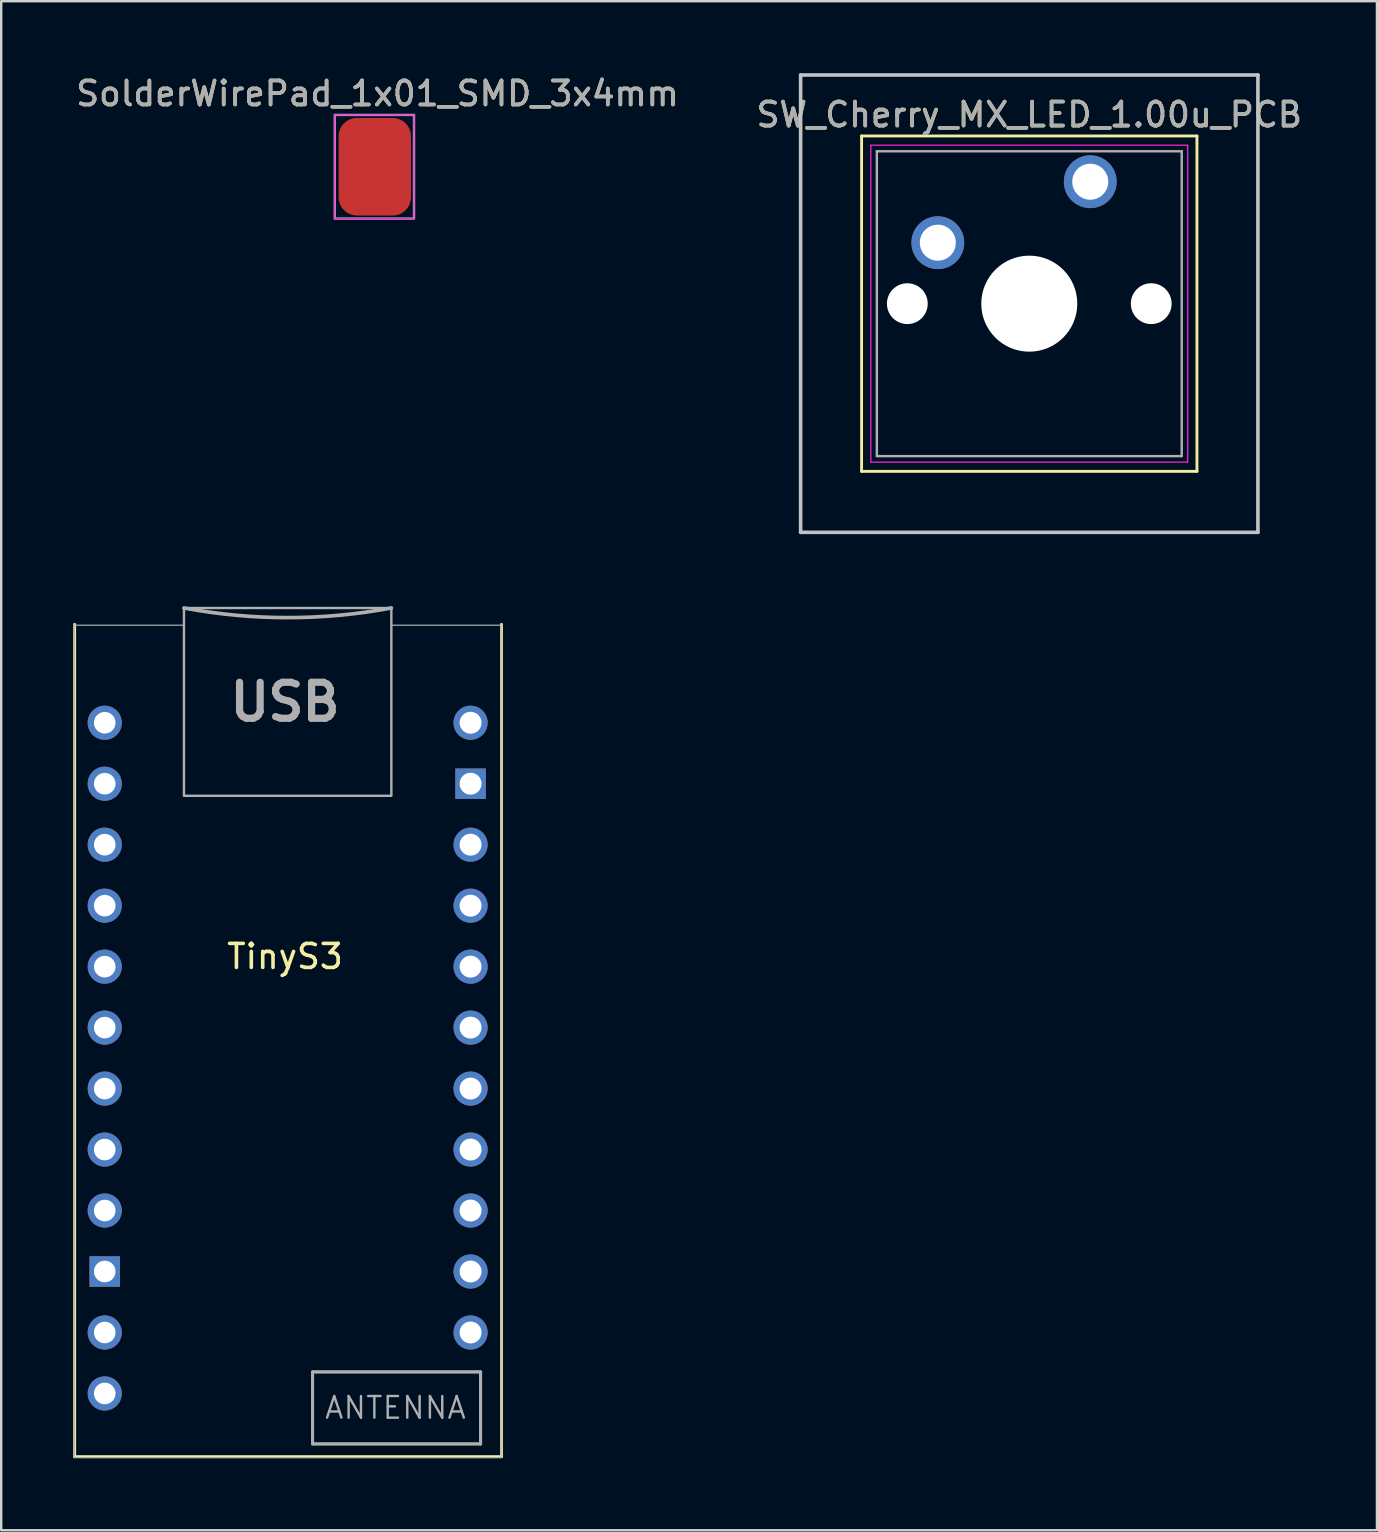
<source format=kicad_pcb>
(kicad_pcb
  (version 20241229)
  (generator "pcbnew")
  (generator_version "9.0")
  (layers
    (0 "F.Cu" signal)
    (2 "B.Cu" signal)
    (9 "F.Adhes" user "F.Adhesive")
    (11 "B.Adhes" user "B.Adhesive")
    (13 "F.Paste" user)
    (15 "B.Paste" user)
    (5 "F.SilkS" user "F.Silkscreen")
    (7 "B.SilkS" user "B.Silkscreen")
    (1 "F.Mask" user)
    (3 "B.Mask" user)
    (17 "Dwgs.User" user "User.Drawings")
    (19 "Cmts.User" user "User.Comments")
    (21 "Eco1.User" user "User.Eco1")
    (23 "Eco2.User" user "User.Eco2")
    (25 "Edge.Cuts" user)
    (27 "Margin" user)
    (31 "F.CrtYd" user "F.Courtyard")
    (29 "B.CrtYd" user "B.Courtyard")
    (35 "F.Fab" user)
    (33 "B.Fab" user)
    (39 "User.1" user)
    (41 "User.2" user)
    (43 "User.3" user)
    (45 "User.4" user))
  (footprint "SW_Cherry_MX_LED_1.00u_PCB"
    (layer "F.Cu")
    (at 42.367 4.52)
    (property "Reference" "SW_Cherry_MX_LED_1.00u_PCB" (at -2.54 -2.794 0) (layer "F.SilkS") (effects (font (size 1 1) (thickness 0.15))))
    (attr through_hole)
    (fp_line (start -9.525 -1.905) (end 4.445 -1.905) (stroke (width 0.12) (type solid)) (layer "F.SilkS"))
    (fp_line (start -9.525 12.065) (end -9.525 -1.905) (stroke (width 0.12) (type solid)) (layer "F.SilkS"))
    (fp_line (start 4.445 -1.905) (end 4.445 12.065) (stroke (width 0.12) (type solid)) (layer "F.SilkS"))
    (fp_line (start 4.445 12.065) (end -9.525 12.065) (stroke (width 0.12) (type solid)) (layer "F.SilkS"))
    (fp_line (start -12.065 -4.445) (end 6.985 -4.445) (stroke (width 0.15) (type solid)) (layer "Dwgs.User"))
    (fp_line (start -12.065 14.605) (end -12.065 -4.445) (stroke (width 0.15) (type solid)) (layer "Dwgs.User"))
    (fp_line (start 6.985 -4.445) (end 6.985 14.605) (stroke (width 0.15) (type solid)) (layer "Dwgs.User"))
    (fp_line (start 6.985 14.605) (end -12.065 14.605) (stroke (width 0.15) (type solid)) (layer "Dwgs.User"))
    (fp_line (start -9.14 -1.52) (end 4.06 -1.52) (stroke (width 0.05) (type solid)) (layer "F.CrtYd"))
    (fp_line (start -9.14 11.68) (end -9.14 -1.52) (stroke (width 0.05) (type solid)) (layer "F.CrtYd"))
    (fp_line (start 4.06 -1.52) (end 4.06 11.68) (stroke (width 0.05) (type solid)) (layer "F.CrtYd"))
    (fp_line (start 4.06 11.68) (end -9.14 11.68) (stroke (width 0.05) (type solid)) (layer "F.CrtYd"))
    (fp_line (start -8.89 -1.27) (end 3.81 -1.27) (stroke (width 0.1) (type solid)) (layer "F.Fab"))
    (fp_line (start -8.89 11.43) (end -8.89 -1.27) (stroke (width 0.1) (type solid)) (layer "F.Fab"))
    (fp_line (start 3.81 -1.27) (end 3.81 11.43) (stroke (width 0.1) (type solid)) (layer "F.Fab"))
    (fp_line (start 3.81 11.43) (end -8.89 11.43) (stroke (width 0.1) (type solid)) (layer "F.Fab"))
    (fp_text user "${REFERENCE}" (at -2.54 -2.794 0) (layer "F.Fab") (effects (font (size 1 1) (thickness 0.15))))
    (pad "" np_thru_hole circle (at -7.62 5.08) (size 1.7 1.7) (drill 1.7) (layers "*.Cu" "*.Mask"))
    (pad "" np_thru_hole circle (at -2.54 5.08) (size 4 4) (drill 4) (layers "*.Cu" "*.Mask"))
    (pad "" np_thru_hole circle (at 2.54 5.08) (size 1.7 1.7) (drill 1.7) (layers "*.Cu" "*.Mask"))
    (pad "1" thru_hole circle (at 0 0) (size 2.2 2.2) (drill 1.5) (layers "*.Cu" "*.Mask"))
    (pad "2" thru_hole circle (at -6.35 2.54) (size 2.2 2.2) (drill 1.5) (layers "*.Cu" "*.Mask")))
  (footprint "TinyS3"
    (layer "F.Cu")
    (at 8.823 40.994)
    (property "Reference" "TinyS3" (at 0 -4.2 0) (unlocked yes) (layer "F.SilkS") (effects (font (size 1 1) (thickness 0.15))))
    (attr through_hole)
    (fp_line (start -8.763 16.637) (end -8.763 -18.034) (stroke (width 0.12) (type solid)) (layer "F.SilkS"))
    (fp_line (start 9.017 -18.034) (end 9.017 16.637) (stroke (width 0.12) (type solid)) (layer "F.SilkS"))
    (fp_line (start 9.017 16.637) (end -8.763 16.637) (stroke (width 0.12) (type solid)) (layer "F.SilkS"))
    (fp_line (start -8.78 16.677) (end -8.78 -18) (stroke (width 0.05) (type solid)) (layer "F.Fab"))
    (fp_line (start -4.21 -10.882) (end -4.21 -10.892) (stroke (width 0.01) (type solid)) (layer "F.Fab"))
    (fp_line (start -4.2 -18) (end -8.78 -18) (stroke (width 0.05) (type solid)) (layer "F.Fab"))
    (fp_line (start 1.148 13.107) (end 8.148 13.107) (stroke (width 0.127) (type solid)) (layer "F.Fab"))
    (fp_line (start 1.148 16.107) (end 1.148 13.107) (stroke (width 0.127) (type solid)) (layer "F.Fab"))
    (fp_line (start 4.43 -15.312) (end 4.43 -16.912) (stroke (width 0.01) (type solid)) (layer "F.Fab"))
    (fp_line (start 4.43 -10.882) (end 4.43 -10.892) (stroke (width 0.01) (type solid)) (layer "F.Fab"))
    (fp_line (start 8.148 13.107) (end 8.148 16.107) (stroke (width 0.127) (type solid)) (layer "F.Fab"))
    (fp_line (start 8.148 16.107) (end 1.148 16.107) (stroke (width 0.127) (type solid)) (layer "F.Fab"))
    (fp_line (start 9 -18) (end 4.42 -18) (stroke (width 0.05) (type solid)) (layer "F.Fab"))
    (fp_line (start 9 -18) (end 9 16.677) (stroke (width 0.05) (type solid)) (layer "F.Fab"))
    (fp_line (start 9 16.677) (end -8.78 16.677) (stroke (width 0.05) (type solid)) (layer "F.Fab"))
    (fp_rect (start 4.43 -18.717) (end -4.21 -10.892) (stroke (width 0.1) (type solid)) (fill no) (layer "F.Fab"))
    (fp_rect (start 8.148 13.107) (end 1.148 16.107) (stroke (width 0.1) (type solid)) (fill no) (layer "F.Fab"))
    (fp_rect (start 8.148 13.107) (end 1.148 16.107) (stroke (width 0.1) (type solid)) (fill no) (layer "F.Fab"))
    (fp_arc (start 4.43 -18.717425) (mid 0.11 -18.3151) (end -4.21 -18.717425) (stroke (width 0.1524) (type solid)) (layer "F.Fab"))
    (fp_text user "USB" (at 0 -14.8 0) (unlocked yes) (layer "F.Fab") (effects (font (size 1.5 1.5) (thickness 0.3))))
    (fp_text user "ANTENNA" (at 4.6 14.6 0) (unlocked yes) (layer "F.Fab") (effects (font (size 0.9 0.9) (thickness 0.1))))
    (pad "1" thru_hole circle (at 7.73 -13.936) (size 1.422 1.422) (drill 0.914) (layers "*.Cu" "*.Mask"))
    (pad "2" thru_hole rect (at 7.73 -11.396) (size 1.27 1.27) (drill 0.914) (layers "*.Cu" "*.Mask"))
    (pad "3" thru_hole circle (at 7.73 -8.856) (size 1.422 1.422) (drill 0.914) (layers "*.Cu" "*.Mask"))
    (pad "4" thru_hole circle (at 7.73 -6.316) (size 1.422 1.422) (drill 0.914) (layers "*.Cu" "*.Mask"))
    (pad "5" thru_hole circle (at 7.73 -3.776) (size 1.422 1.422) (drill 0.914) (layers "*.Cu" "*.Mask"))
    (pad "6" thru_hole circle (at 7.73 -1.236) (size 1.422 1.422) (drill 0.914) (layers "*.Cu" "*.Mask"))
    (pad "7" thru_hole circle (at 7.73 1.304) (size 1.422 1.422) (drill 0.914) (layers "*.Cu" "*.Mask"))
    (pad "8" thru_hole circle (at 7.73 3.844) (size 1.422 1.422) (drill 0.914) (layers "*.Cu" "*.Mask"))
    (pad "9" thru_hole circle (at 7.73 6.384) (size 1.422 1.422) (drill 0.914) (layers "*.Cu" "*.Mask"))
    (pad "10" thru_hole circle (at 7.73 8.924) (size 1.422 1.422) (drill 0.914) (layers "*.Cu" "*.Mask"))
    (pad "11" thru_hole circle (at 7.73 11.464) (size 1.422 1.422) (drill 0.914) (layers "*.Cu" "*.Mask"))
    (pad "12" thru_hole circle (at -7.51 14.004) (size 1.422 1.422) (drill 0.9) (layers "*.Cu" "*.Mask"))
    (pad "13" thru_hole circle (at -7.51 11.464) (size 1.422 1.422) (drill 0.9) (layers "*.Cu" "*.Mask"))
    (pad "14" thru_hole rect (at -7.51 8.924) (size 1.27 1.27) (drill 0.9) (layers "*.Cu" "*.Mask"))
    (pad "15" thru_hole circle (at -7.51 6.384) (size 1.422 1.422) (drill 0.9) (layers "*.Cu" "*.Mask"))
    (pad "16" thru_hole circle (at -7.51 3.844) (size 1.422 1.422) (drill 0.9) (layers "*.Cu" "*.Mask"))
    (pad "17" thru_hole circle (at -7.51 1.304) (size 1.422 1.422) (drill 0.9) (layers "*.Cu" "*.Mask"))
    (pad "18" thru_hole circle (at -7.51 -1.236) (size 1.422 1.422) (drill 0.9) (layers "*.Cu" "*.Mask"))
    (pad "19" thru_hole circle (at -7.51 -3.776) (size 1.422 1.422) (drill 0.9) (layers "*.Cu" "*.Mask"))
    (pad "20" thru_hole circle (at -7.51 -6.316) (size 1.422 1.422) (drill 0.9) (layers "*.Cu" "*.Mask"))
    (pad "21" thru_hole circle (at -7.51 -8.856) (size 1.422 1.422) (drill 0.9) (layers "*.Cu" "*.Mask"))
    (pad "22" thru_hole circle (at -7.51 -11.396) (size 1.422 1.422) (drill 0.9) (layers "*.Cu" "*.Mask"))
    (pad "23" thru_hole circle (at -7.51 -13.936) (size 1.422 1.422) (drill 0.9) (layers "*.Cu" "*.Mask")))
  (footprint "SolderWirePad_1x01_SMD_3x4mm"
    (layer "F.Cu")
    (at 12.546 3.896)
    (property "Reference" "SolderWirePad_1x01_SMD_3x4mm" (at 0.127 -3.048 0) (layer "F.SilkS") (effects (font (size 1 1) (thickness 0.15))))
    (attr exclude_from_pos_files exclude_from_bom)
    (fp_rect (start -1.651 -2.159) (end 1.651 2.159) (stroke (width 0.05) (type solid)) (fill no) (layer "F.CrtYd"))
    (fp_rect (start -1.651 -2.159) (end 1.651 2.159) (stroke (width 0.1) (type solid)) (fill no) (layer "F.Fab"))
    (fp_text user "${REFERENCE}" (at 0.127 -3.048 0) (layer "F.Fab") (effects (font (size 1 1) (thickness 0.15))))
    (pad "1" smd roundrect (at 0.017 0) (size 3.014 4.064) (layers "F.Cu" "F.Mask" "F.Paste") (roundrect_rratio 0.25)))
  (gr_rect
    (start -3 -3)
    (end 54.31 60.696)
    (stroke (width 0.1) (type default))
    (fill no)
    (layer "Edge.Cuts")))
</source>
